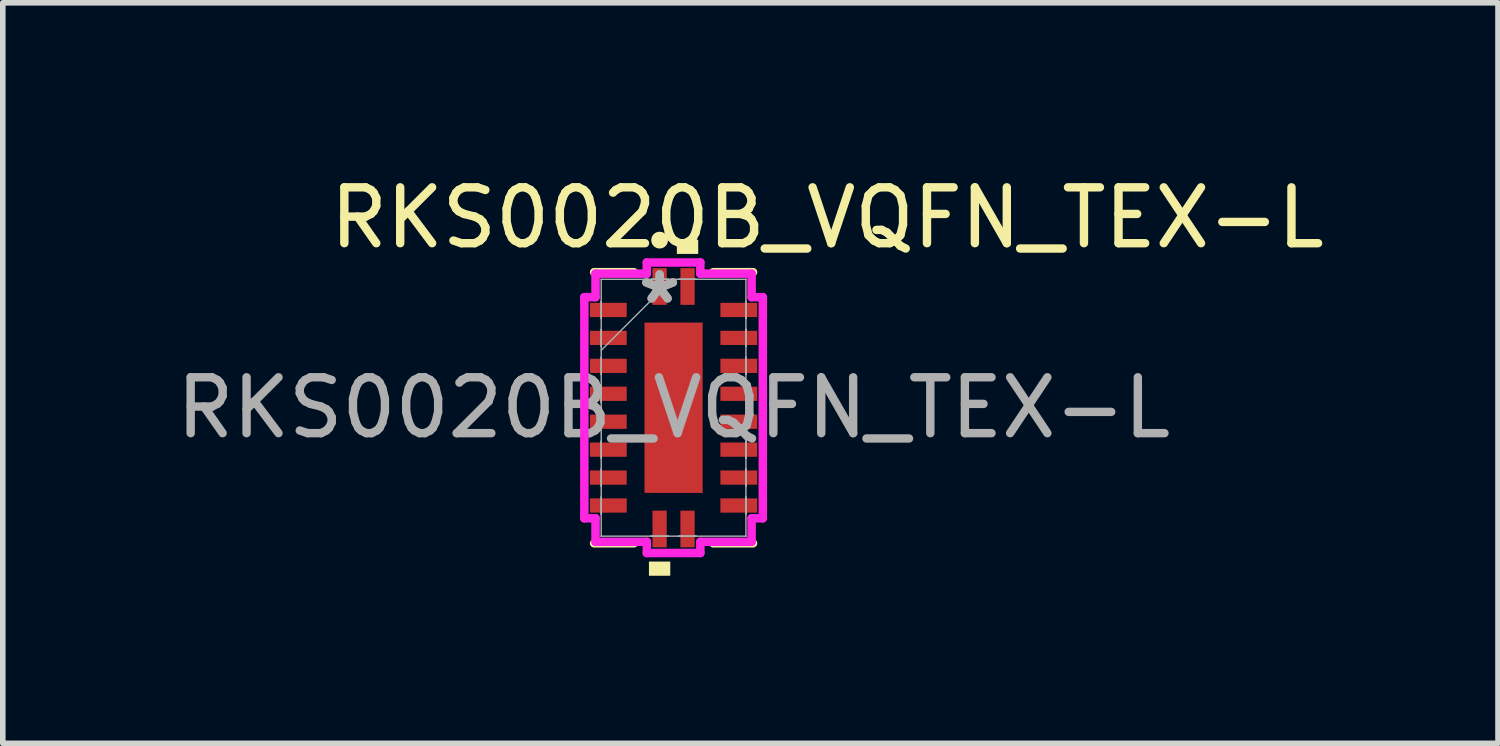
<source format=kicad_pcb>
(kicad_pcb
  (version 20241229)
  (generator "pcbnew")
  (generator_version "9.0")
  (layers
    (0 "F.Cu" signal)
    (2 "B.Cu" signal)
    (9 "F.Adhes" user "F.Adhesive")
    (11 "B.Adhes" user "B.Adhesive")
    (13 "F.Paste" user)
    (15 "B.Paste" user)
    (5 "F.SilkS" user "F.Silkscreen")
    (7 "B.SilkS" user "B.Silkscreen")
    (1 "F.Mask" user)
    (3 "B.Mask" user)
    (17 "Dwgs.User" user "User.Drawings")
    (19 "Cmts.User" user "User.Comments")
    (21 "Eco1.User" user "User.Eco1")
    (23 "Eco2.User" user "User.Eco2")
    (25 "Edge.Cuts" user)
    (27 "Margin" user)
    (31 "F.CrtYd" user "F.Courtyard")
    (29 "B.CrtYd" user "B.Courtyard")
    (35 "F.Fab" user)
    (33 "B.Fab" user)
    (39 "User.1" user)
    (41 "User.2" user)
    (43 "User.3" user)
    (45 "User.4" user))
  (footprint "RKS0020B_VQFN_TEX-L"
    (layer "F.Cu")
    (at 9.006 4.248)
    (property "Reference" "RKS0020B_VQFN_TEX-L" (at 2.75 -3.4 0) (unlocked yes) (layer "F.SilkS") (effects (font (size 1 1) (thickness 0.15))))
    (attr smd)
    (fp_line (start -1.422 2.426) (end -0.71 2.426) (stroke (width 0.152) (type solid)) (layer "F.SilkS"))
    (fp_line (start -0.71 -2.426) (end -1.422 -2.426) (stroke (width 0.152) (type solid)) (layer "F.SilkS"))
    (fp_line (start 0.71 2.426) (end 1.422 2.426) (stroke (width 0.152) (type solid)) (layer "F.SilkS"))
    (fp_line (start 1.422 -2.426) (end 0.71 -2.426) (stroke (width 0.152) (type solid)) (layer "F.SilkS"))
    (fp_circle (center -0.25 -3) (end -0.15 -3) (stroke (width 0.1) (type solid)) (fill yes) (layer "F.SilkS"))
    (fp_poly (pts (xy -0.441 2.753) (xy -0.441 3.007) (xy -0.059 3.007) (xy -0.059 2.753)) (stroke (width 0) (type solid)) (fill yes) (layer "F.SilkS"))
    (fp_poly (pts (xy 0.059 -2.753) (xy 0.059 -3.007) (xy 0.441 -3.007) (xy 0.441 -2.753)) (stroke (width 0) (type solid)) (fill yes) (layer "F.SilkS"))
    (fp_poly (pts (xy -0.421 -1.424) (xy -0.421 -0.1) (xy 0.421 -0.1) (xy 0.421 -1.424)) (stroke (width 0) (type solid)) (fill yes) (layer "F.Paste"))
    (fp_poly (pts (xy -0.421 0.1) (xy -0.421 1.424) (xy 0.421 1.424) (xy 0.421 0.1)) (stroke (width 0) (type solid)) (fill yes) (layer "F.Paste"))
    (fp_line (start -1.597 -1.979) (end -1.397 -1.979) (stroke (width 0.152) (type solid)) (layer "F.CrtYd"))
    (fp_line (start -1.597 1.979) (end -1.597 -1.979) (stroke (width 0.152) (type solid)) (layer "F.CrtYd"))
    (fp_line (start -1.397 -2.4) (end -0.479 -2.4) (stroke (width 0.152) (type solid)) (layer "F.CrtYd"))
    (fp_line (start -1.397 -1.979) (end -1.397 -2.4) (stroke (width 0.152) (type solid)) (layer "F.CrtYd"))
    (fp_line (start -1.397 1.979) (end -1.597 1.979) (stroke (width 0.152) (type solid)) (layer "F.CrtYd"))
    (fp_line (start -1.397 2.4) (end -1.397 1.979) (stroke (width 0.152) (type solid)) (layer "F.CrtYd"))
    (fp_line (start -0.479 -2.6) (end 0.479 -2.6) (stroke (width 0.152) (type solid)) (layer "F.CrtYd"))
    (fp_line (start -0.479 -2.4) (end -0.479 -2.6) (stroke (width 0.152) (type solid)) (layer "F.CrtYd"))
    (fp_line (start -0.479 2.4) (end -1.397 2.4) (stroke (width 0.152) (type solid)) (layer "F.CrtYd"))
    (fp_line (start -0.479 2.6) (end -0.479 2.4) (stroke (width 0.152) (type solid)) (layer "F.CrtYd"))
    (fp_line (start 0.479 -2.6) (end 0.479 -2.4) (stroke (width 0.152) (type solid)) (layer "F.CrtYd"))
    (fp_line (start 0.479 -2.4) (end 1.397 -2.4) (stroke (width 0.152) (type solid)) (layer "F.CrtYd"))
    (fp_line (start 0.479 2.4) (end 0.479 2.6) (stroke (width 0.152) (type solid)) (layer "F.CrtYd"))
    (fp_line (start 0.479 2.6) (end -0.479 2.6) (stroke (width 0.152) (type solid)) (layer "F.CrtYd"))
    (fp_line (start 1.397 -2.4) (end 1.397 -1.979) (stroke (width 0.152) (type solid)) (layer "F.CrtYd"))
    (fp_line (start 1.397 -1.979) (end 1.597 -1.979) (stroke (width 0.152) (type solid)) (layer "F.CrtYd"))
    (fp_line (start 1.397 1.979) (end 1.397 2.4) (stroke (width 0.152) (type solid)) (layer "F.CrtYd"))
    (fp_line (start 1.397 2.4) (end 0.479 2.4) (stroke (width 0.152) (type solid)) (layer "F.CrtYd"))
    (fp_line (start 1.597 -1.979) (end 1.597 1.979) (stroke (width 0.152) (type solid)) (layer "F.CrtYd"))
    (fp_line (start 1.597 1.979) (end 1.397 1.979) (stroke (width 0.152) (type solid)) (layer "F.CrtYd"))
    (fp_line (start -1.295 -2.299) (end -1.295 -2.299) (stroke (width 0.025) (type solid)) (layer "F.Fab"))
    (fp_line (start -1.295 -2.299) (end -1.295 2.299) (stroke (width 0.025) (type solid)) (layer "F.Fab"))
    (fp_line (start -1.295 -1.902) (end -1.295 -1.902) (stroke (width 0.025) (type solid)) (layer "F.Fab"))
    (fp_line (start -1.295 -1.902) (end -1.295 -1.598) (stroke (width 0.025) (type solid)) (layer "F.Fab"))
    (fp_line (start -1.295 -1.598) (end -1.295 -1.902) (stroke (width 0.025) (type solid)) (layer "F.Fab"))
    (fp_line (start -1.295 -1.598) (end -1.295 -1.598) (stroke (width 0.025) (type solid)) (layer "F.Fab"))
    (fp_line (start -1.295 -1.402) (end -1.295 -1.402) (stroke (width 0.025) (type solid)) (layer "F.Fab"))
    (fp_line (start -1.295 -1.402) (end -1.295 -1.098) (stroke (width 0.025) (type solid)) (layer "F.Fab"))
    (fp_line (start -1.295 -1.098) (end -1.295 -1.402) (stroke (width 0.025) (type solid)) (layer "F.Fab"))
    (fp_line (start -1.295 -1.098) (end -1.295 -1.098) (stroke (width 0.025) (type solid)) (layer "F.Fab"))
    (fp_line (start -1.295 -1.029) (end -0.025 -2.299) (stroke (width 0.025) (type solid)) (layer "F.Fab"))
    (fp_line (start -1.295 -0.902) (end -1.295 -0.902) (stroke (width 0.025) (type solid)) (layer "F.Fab"))
    (fp_line (start -1.295 -0.902) (end -1.295 -0.598) (stroke (width 0.025) (type solid)) (layer "F.Fab"))
    (fp_line (start -1.295 -0.598) (end -1.295 -0.902) (stroke (width 0.025) (type solid)) (layer "F.Fab"))
    (fp_line (start -1.295 -0.598) (end -1.295 -0.598) (stroke (width 0.025) (type solid)) (layer "F.Fab"))
    (fp_line (start -1.295 -0.402) (end -1.295 -0.402) (stroke (width 0.025) (type solid)) (layer "F.Fab"))
    (fp_line (start -1.295 -0.402) (end -1.295 -0.098) (stroke (width 0.025) (type solid)) (layer "F.Fab"))
    (fp_line (start -1.295 -0.098) (end -1.295 -0.402) (stroke (width 0.025) (type solid)) (layer "F.Fab"))
    (fp_line (start -1.295 -0.098) (end -1.295 -0.098) (stroke (width 0.025) (type solid)) (layer "F.Fab"))
    (fp_line (start -1.295 0.098) (end -1.295 0.098) (stroke (width 0.025) (type solid)) (layer "F.Fab"))
    (fp_line (start -1.295 0.098) (end -1.295 0.402) (stroke (width 0.025) (type solid)) (layer "F.Fab"))
    (fp_line (start -1.295 0.402) (end -1.295 0.098) (stroke (width 0.025) (type solid)) (layer "F.Fab"))
    (fp_line (start -1.295 0.402) (end -1.295 0.402) (stroke (width 0.025) (type solid)) (layer "F.Fab"))
    (fp_line (start -1.295 0.598) (end -1.295 0.598) (stroke (width 0.025) (type solid)) (layer "F.Fab"))
    (fp_line (start -1.295 0.598) (end -1.295 0.902) (stroke (width 0.025) (type solid)) (layer "F.Fab"))
    (fp_line (start -1.295 0.902) (end -1.295 0.598) (stroke (width 0.025) (type solid)) (layer "F.Fab"))
    (fp_line (start -1.295 0.902) (end -1.295 0.902) (stroke (width 0.025) (type solid)) (layer "F.Fab"))
    (fp_line (start -1.295 1.098) (end -1.295 1.098) (stroke (width 0.025) (type solid)) (layer "F.Fab"))
    (fp_line (start -1.295 1.098) (end -1.295 1.402) (stroke (width 0.025) (type solid)) (layer "F.Fab"))
    (fp_line (start -1.295 1.402) (end -1.295 1.098) (stroke (width 0.025) (type solid)) (layer "F.Fab"))
    (fp_line (start -1.295 1.402) (end -1.295 1.402) (stroke (width 0.025) (type solid)) (layer "F.Fab"))
    (fp_line (start -1.295 1.598) (end -1.295 1.598) (stroke (width 0.025) (type solid)) (layer "F.Fab"))
    (fp_line (start -1.295 1.598) (end -1.295 1.902) (stroke (width 0.025) (type solid)) (layer "F.Fab"))
    (fp_line (start -1.295 1.902) (end -1.295 1.598) (stroke (width 0.025) (type solid)) (layer "F.Fab"))
    (fp_line (start -1.295 1.902) (end -1.295 1.902) (stroke (width 0.025) (type solid)) (layer "F.Fab"))
    (fp_line (start -1.295 2.299) (end -1.295 2.299) (stroke (width 0.025) (type solid)) (layer "F.Fab"))
    (fp_line (start -1.295 2.299) (end 1.295 2.299) (stroke (width 0.025) (type solid)) (layer "F.Fab"))
    (fp_line (start -0.402 -2.299) (end -0.402 -2.299) (stroke (width 0.025) (type solid)) (layer "F.Fab"))
    (fp_line (start -0.402 -2.299) (end -0.098 -2.299) (stroke (width 0.025) (type solid)) (layer "F.Fab"))
    (fp_line (start -0.402 2.299) (end -0.402 2.299) (stroke (width 0.025) (type solid)) (layer "F.Fab"))
    (fp_line (start -0.402 2.299) (end -0.098 2.299) (stroke (width 0.025) (type solid)) (layer "F.Fab"))
    (fp_line (start -0.098 -2.299) (end -0.402 -2.299) (stroke (width 0.025) (type solid)) (layer "F.Fab"))
    (fp_line (start -0.098 -2.299) (end -0.098 -2.299) (stroke (width 0.025) (type solid)) (layer "F.Fab"))
    (fp_line (start -0.098 2.299) (end -0.402 2.299) (stroke (width 0.025) (type solid)) (layer "F.Fab"))
    (fp_line (start -0.098 2.299) (end -0.098 2.299) (stroke (width 0.025) (type solid)) (layer "F.Fab"))
    (fp_line (start 0.098 -2.299) (end 0.098 -2.299) (stroke (width 0.025) (type solid)) (layer "F.Fab"))
    (fp_line (start 0.098 -2.299) (end 0.402 -2.299) (stroke (width 0.025) (type solid)) (layer "F.Fab"))
    (fp_line (start 0.098 2.299) (end 0.098 2.299) (stroke (width 0.025) (type solid)) (layer "F.Fab"))
    (fp_line (start 0.098 2.299) (end 0.402 2.299) (stroke (width 0.025) (type solid)) (layer "F.Fab"))
    (fp_line (start 0.402 -2.299) (end 0.098 -2.299) (stroke (width 0.025) (type solid)) (layer "F.Fab"))
    (fp_line (start 0.402 -2.299) (end 0.402 -2.299) (stroke (width 0.025) (type solid)) (layer "F.Fab"))
    (fp_line (start 0.402 2.299) (end 0.098 2.299) (stroke (width 0.025) (type solid)) (layer "F.Fab"))
    (fp_line (start 0.402 2.299) (end 0.402 2.299) (stroke (width 0.025) (type solid)) (layer "F.Fab"))
    (fp_line (start 1.295 -2.299) (end -1.295 -2.299) (stroke (width 0.025) (type solid)) (layer "F.Fab"))
    (fp_line (start 1.295 -2.299) (end 1.295 -2.299) (stroke (width 0.025) (type solid)) (layer "F.Fab"))
    (fp_line (start 1.295 -1.902) (end 1.295 -1.902) (stroke (width 0.025) (type solid)) (layer "F.Fab"))
    (fp_line (start 1.295 -1.902) (end 1.295 -1.598) (stroke (width 0.025) (type solid)) (layer "F.Fab"))
    (fp_line (start 1.295 -1.598) (end 1.295 -1.902) (stroke (width 0.025) (type solid)) (layer "F.Fab"))
    (fp_line (start 1.295 -1.598) (end 1.295 -1.598) (stroke (width 0.025) (type solid)) (layer "F.Fab"))
    (fp_line (start 1.295 -1.402) (end 1.295 -1.402) (stroke (width 0.025) (type solid)) (layer "F.Fab"))
    (fp_line (start 1.295 -1.402) (end 1.295 -1.098) (stroke (width 0.025) (type solid)) (layer "F.Fab"))
    (fp_line (start 1.295 -1.098) (end 1.295 -1.402) (stroke (width 0.025) (type solid)) (layer "F.Fab"))
    (fp_line (start 1.295 -1.098) (end 1.295 -1.098) (stroke (width 0.025) (type solid)) (layer "F.Fab"))
    (fp_line (start 1.295 -0.902) (end 1.295 -0.902) (stroke (width 0.025) (type solid)) (layer "F.Fab"))
    (fp_line (start 1.295 -0.902) (end 1.295 -0.598) (stroke (width 0.025) (type solid)) (layer "F.Fab"))
    (fp_line (start 1.295 -0.598) (end 1.295 -0.902) (stroke (width 0.025) (type solid)) (layer "F.Fab"))
    (fp_line (start 1.295 -0.598) (end 1.295 -0.598) (stroke (width 0.025) (type solid)) (layer "F.Fab"))
    (fp_line (start 1.295 -0.402) (end 1.295 -0.402) (stroke (width 0.025) (type solid)) (layer "F.Fab"))
    (fp_line (start 1.295 -0.402) (end 1.295 -0.098) (stroke (width 0.025) (type solid)) (layer "F.Fab"))
    (fp_line (start 1.295 -0.098) (end 1.295 -0.402) (stroke (width 0.025) (type solid)) (layer "F.Fab"))
    (fp_line (start 1.295 -0.098) (end 1.295 -0.098) (stroke (width 0.025) (type solid)) (layer "F.Fab"))
    (fp_line (start 1.295 0.098) (end 1.295 0.098) (stroke (width 0.025) (type solid)) (layer "F.Fab"))
    (fp_line (start 1.295 0.098) (end 1.295 0.402) (stroke (width 0.025) (type solid)) (layer "F.Fab"))
    (fp_line (start 1.295 0.402) (end 1.295 0.098) (stroke (width 0.025) (type solid)) (layer "F.Fab"))
    (fp_line (start 1.295 0.402) (end 1.295 0.402) (stroke (width 0.025) (type solid)) (layer "F.Fab"))
    (fp_line (start 1.295 0.598) (end 1.295 0.598) (stroke (width 0.025) (type solid)) (layer "F.Fab"))
    (fp_line (start 1.295 0.598) (end 1.295 0.902) (stroke (width 0.025) (type solid)) (layer "F.Fab"))
    (fp_line (start 1.295 0.902) (end 1.295 0.598) (stroke (width 0.025) (type solid)) (layer "F.Fab"))
    (fp_line (start 1.295 0.902) (end 1.295 0.902) (stroke (width 0.025) (type solid)) (layer "F.Fab"))
    (fp_line (start 1.295 1.098) (end 1.295 1.098) (stroke (width 0.025) (type solid)) (layer "F.Fab"))
    (fp_line (start 1.295 1.098) (end 1.295 1.402) (stroke (width 0.025) (type solid)) (layer "F.Fab"))
    (fp_line (start 1.295 1.402) (end 1.295 1.098) (stroke (width 0.025) (type solid)) (layer "F.Fab"))
    (fp_line (start 1.295 1.402) (end 1.295 1.402) (stroke (width 0.025) (type solid)) (layer "F.Fab"))
    (fp_line (start 1.295 1.598) (end 1.295 1.598) (stroke (width 0.025) (type solid)) (layer "F.Fab"))
    (fp_line (start 1.295 1.598) (end 1.295 1.902) (stroke (width 0.025) (type solid)) (layer "F.Fab"))
    (fp_line (start 1.295 1.902) (end 1.295 1.598) (stroke (width 0.025) (type solid)) (layer "F.Fab"))
    (fp_line (start 1.295 1.902) (end 1.295 1.902) (stroke (width 0.025) (type solid)) (layer "F.Fab"))
    (fp_line (start 1.295 2.299) (end 1.295 -2.299) (stroke (width 0.025) (type solid)) (layer "F.Fab"))
    (fp_line (start 1.295 2.299) (end 1.295 2.299) (stroke (width 0.025) (type solid)) (layer "F.Fab"))
    (fp_text user "${REFERENCE}" (at 0 0 0) (unlocked yes) (layer "F.Fab") (effects (font (size 1 1) (thickness 0.15))))
    (fp_text user "*" (at -0.25 -1.841 0) (layer "F.Fab") (effects (font (size 1 1) (thickness 0.15))))
    (fp_text user "*" (at -0.25 -1.841 0) (unlocked yes) (layer "F.Fab") (effects (font (size 1 1) (thickness 0.15))))
    (pad "1" smd rect (at -0.25 -2.17) (size 0.255 0.657) (layers "F.Cu" "F.Mask" "F.Paste"))
    (pad "2" smd rect (at -1.167 -1.75 90) (size 0.255 0.657) (layers "F.Cu" "F.Mask" "F.Paste"))
    (pad "3" smd rect (at -1.167 -1.25 90) (size 0.255 0.657) (layers "F.Cu" "F.Mask" "F.Paste"))
    (pad "4" smd rect (at -1.167 -0.75 90) (size 0.255 0.657) (layers "F.Cu" "F.Mask" "F.Paste"))
    (pad "5" smd rect (at -1.167 -0.25 90) (size 0.255 0.657) (layers "F.Cu" "F.Mask" "F.Paste"))
    (pad "6" smd rect (at -1.167 0.25 90) (size 0.255 0.657) (layers "F.Cu" "F.Mask" "F.Paste"))
    (pad "7" smd rect (at -1.167 0.75 90) (size 0.255 0.657) (layers "F.Cu" "F.Mask" "F.Paste"))
    (pad "8" smd rect (at -1.167 1.25 90) (size 0.255 0.657) (layers "F.Cu" "F.Mask" "F.Paste"))
    (pad "9" smd rect (at -1.167 1.75 90) (size 0.255 0.657) (layers "F.Cu" "F.Mask" "F.Paste"))
    (pad "10" smd rect (at -0.25 2.17) (size 0.255 0.657) (layers "F.Cu" "F.Mask" "F.Paste"))
    (pad "11" smd rect (at 0.25 2.17) (size 0.255 0.657) (layers "F.Cu" "F.Mask" "F.Paste"))
    (pad "12" smd rect (at 1.167 1.75 90) (size 0.255 0.657) (layers "F.Cu" "F.Mask" "F.Paste"))
    (pad "13" smd rect (at 1.167 1.25 90) (size 0.255 0.657) (layers "F.Cu" "F.Mask" "F.Paste"))
    (pad "14" smd rect (at 1.167 0.75 90) (size 0.255 0.657) (layers "F.Cu" "F.Mask" "F.Paste"))
    (pad "15" smd rect (at 1.167 0.25 90) (size 0.255 0.657) (layers "F.Cu" "F.Mask" "F.Paste"))
    (pad "16" smd rect (at 1.167 -0.25 90) (size 0.255 0.657) (layers "F.Cu" "F.Mask" "F.Paste"))
    (pad "17" smd rect (at 1.167 -0.75 90) (size 0.255 0.657) (layers "F.Cu" "F.Mask" "F.Paste"))
    (pad "18" smd rect (at 1.167 -1.25 90) (size 0.255 0.657) (layers "F.Cu" "F.Mask" "F.Paste"))
    (pad "19" smd rect (at 1.167 -1.75 90) (size 0.255 0.657) (layers "F.Cu" "F.Mask" "F.Paste"))
    (pad "20" smd rect (at 0.25 -2.17) (size 0.255 0.657) (layers "F.Cu" "F.Mask" "F.Paste"))
    (pad "21" smd rect (at 0 0) (size 1.041 3.048) (layers "F.Cu" "F.Mask" "F.Paste")))
  (gr_rect
    (start -3 -3)
    (end 23.762 10.255)
    (stroke (width 0.1) (type default))
    (fill no)
    (layer "Edge.Cuts")))
</source>
